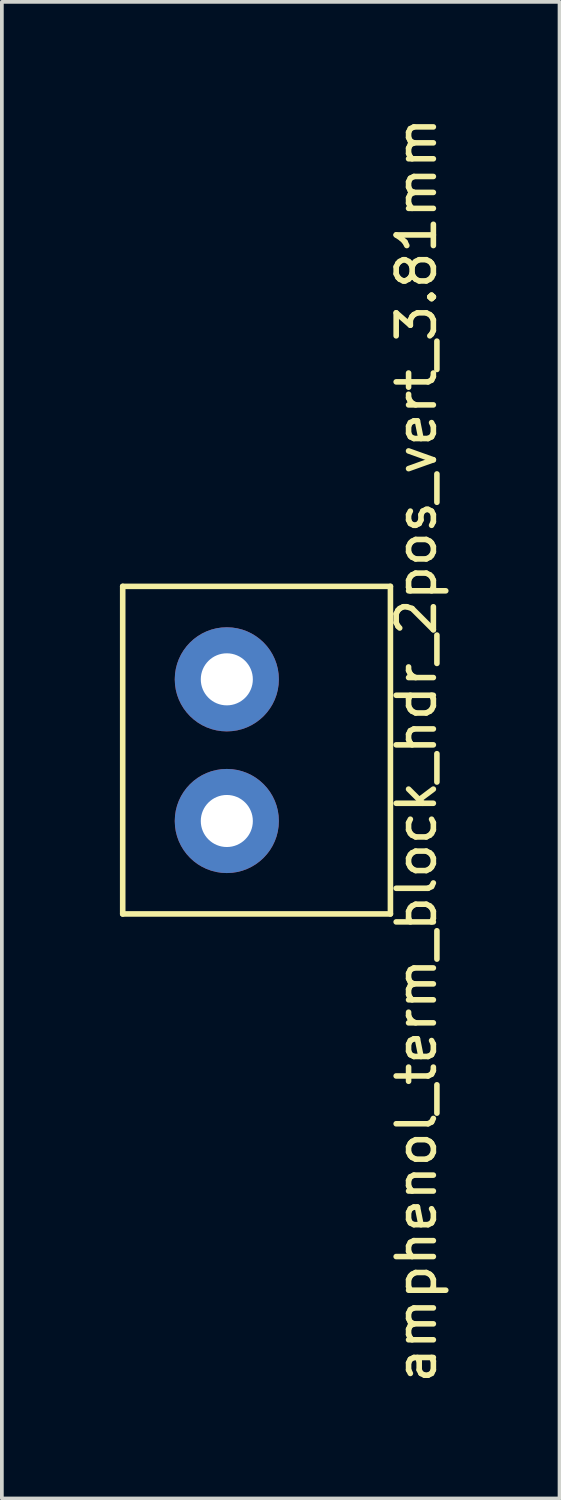
<source format=kicad_pcb>
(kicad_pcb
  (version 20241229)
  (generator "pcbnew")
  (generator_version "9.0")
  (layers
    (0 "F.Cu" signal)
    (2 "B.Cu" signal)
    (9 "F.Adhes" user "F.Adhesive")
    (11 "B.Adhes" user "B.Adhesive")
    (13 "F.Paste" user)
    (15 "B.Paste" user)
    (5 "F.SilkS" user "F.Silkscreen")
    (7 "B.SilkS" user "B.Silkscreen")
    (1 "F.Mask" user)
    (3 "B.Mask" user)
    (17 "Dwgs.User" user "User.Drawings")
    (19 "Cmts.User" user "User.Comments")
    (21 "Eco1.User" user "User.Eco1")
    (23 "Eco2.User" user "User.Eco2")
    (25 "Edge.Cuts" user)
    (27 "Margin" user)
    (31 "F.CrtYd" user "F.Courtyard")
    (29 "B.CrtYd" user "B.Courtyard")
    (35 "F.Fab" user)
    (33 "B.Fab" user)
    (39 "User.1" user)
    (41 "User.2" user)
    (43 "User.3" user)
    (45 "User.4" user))
  (footprint "amphenol_term_block_hdr_2pos_vert_3.81mm"
    (layer "F.Cu")
    (at 0.25 12.72)
    (property "Reference" "amphenol_term_block_hdr_2pos_vert_3.81mm" (at 7.9 4.405 270) (layer "F.SilkS") (effects (font (size 1 1) (thickness 0.15))))
    (attr through_hole)
    (fp_line (start 0 0) (end 0 8.81) (stroke (width 0.15) (type solid)) (layer "F.SilkS"))
    (fp_line (start 0 0) (end 7.2 0) (stroke (width 0.15) (type solid)) (layer "F.SilkS"))
    (fp_line (start 0 8.81) (end 7.2 8.81) (stroke (width 0.15) (type solid)) (layer "F.SilkS"))
    (fp_line (start 7.2 0) (end 7.2 8.81) (stroke (width 0.15) (type solid)) (layer "F.SilkS"))
    (pad "1" thru_hole circle (at 2.8 2.5) (size 2.8 2.8) (drill 1.4) (layers "*.Cu" "*.Mask"))
    (pad "2" thru_hole circle (at 2.8 6.31) (size 2.8 2.8) (drill 1.4) (layers "*.Cu" "*.Mask")))
  (gr_rect
    (start -3 -3)
    (end 11.998 37.25)
    (stroke (width 0.1) (type default))
    (fill no)
    (layer "Edge.Cuts")))
</source>
